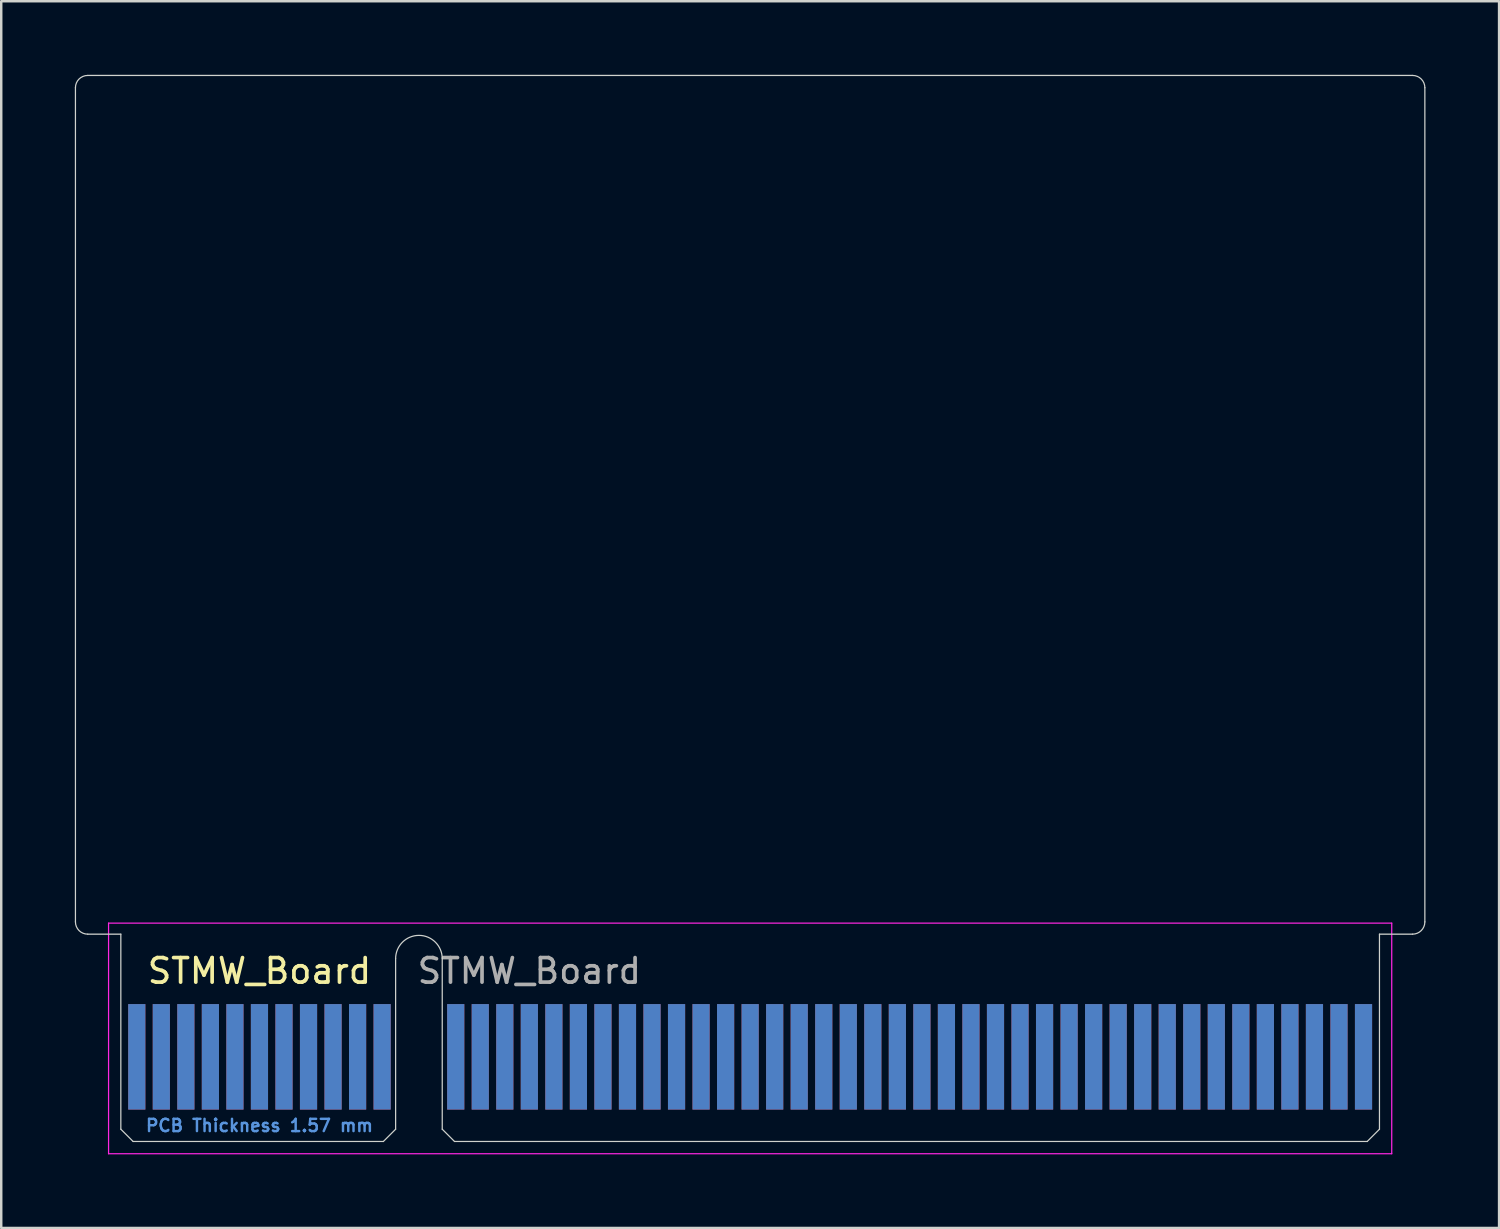
<source format=kicad_pcb>
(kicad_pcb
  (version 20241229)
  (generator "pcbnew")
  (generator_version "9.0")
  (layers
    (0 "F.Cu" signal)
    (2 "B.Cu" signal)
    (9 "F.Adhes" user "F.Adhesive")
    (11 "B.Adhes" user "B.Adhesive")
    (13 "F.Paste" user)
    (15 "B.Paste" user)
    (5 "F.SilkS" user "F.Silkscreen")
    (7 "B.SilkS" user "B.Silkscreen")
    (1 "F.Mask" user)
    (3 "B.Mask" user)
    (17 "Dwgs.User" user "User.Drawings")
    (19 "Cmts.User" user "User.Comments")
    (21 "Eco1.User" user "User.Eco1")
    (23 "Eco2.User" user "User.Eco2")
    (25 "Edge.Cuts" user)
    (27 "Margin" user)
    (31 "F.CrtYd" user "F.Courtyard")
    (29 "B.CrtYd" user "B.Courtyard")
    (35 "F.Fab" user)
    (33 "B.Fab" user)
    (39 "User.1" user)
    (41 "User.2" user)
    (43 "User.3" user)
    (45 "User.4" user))
  (footprint "STMW_Board"
    (layer "F.Cu")
    (at 2.525 40.025)
    (property "Reference" "STMW_Board" (at 5 -3.5 0) (layer "F.SilkS") (effects (font (size 1 1) (thickness 0.15))))
    (attr exclude_from_pos_files exclude_from_bom)
    (fp_line (start -2.5 -5.5) (end -2.5 -39.5) (stroke (width 0.05) (type default)) (layer "Edge.Cuts"))
    (fp_line (start -2 -40) (end 52 -40) (stroke (width 0.05) (type default)) (layer "Edge.Cuts"))
    (fp_line (start -0.65 -5) (end -2 -5) (stroke (width 0.05) (type default)) (layer "Edge.Cuts"))
    (fp_line (start -0.65 -5) (end -0.65 2.95) (stroke (width 0.05) (type solid)) (layer "Edge.Cuts"))
    (fp_line (start -0.65 2.95) (end -0.15 3.45) (stroke (width 0.05) (type solid)) (layer "Edge.Cuts"))
    (fp_line (start -0.15 3.45) (end 10.05 3.45) (stroke (width 0.05) (type solid)) (layer "Edge.Cuts"))
    (fp_line (start 10.55 -4) (end 10.55 2.95) (stroke (width 0.05) (type solid)) (layer "Edge.Cuts"))
    (fp_line (start 10.55 2.95) (end 10.05 3.45) (stroke (width 0.05) (type solid)) (layer "Edge.Cuts"))
    (fp_line (start 12.45 -4) (end 12.45 2.95) (stroke (width 0.05) (type solid)) (layer "Edge.Cuts"))
    (fp_line (start 12.45 2.95) (end 12.95 3.45) (stroke (width 0.05) (type solid)) (layer "Edge.Cuts"))
    (fp_line (start 12.95 3.45) (end 50.15 3.45) (stroke (width 0.05) (type solid)) (layer "Edge.Cuts"))
    (fp_line (start 50.65 -5) (end 50.65 2.95) (stroke (width 0.05) (type solid)) (layer "Edge.Cuts"))
    (fp_line (start 50.65 -5) (end 52 -5) (stroke (width 0.05) (type default)) (layer "Edge.Cuts"))
    (fp_line (start 50.65 2.95) (end 50.15 3.45) (stroke (width 0.05) (type solid)) (layer "Edge.Cuts"))
    (fp_line (start 52.5 -39.5) (end 52.5 -5.5) (stroke (width 0.05) (type default)) (layer "Edge.Cuts"))
    (fp_arc (start -2.5 -39.5) (mid -2.353553 -39.853553) (end -2 -40) (stroke (width 0.05) (type default)) (layer "Edge.Cuts"))
    (fp_arc (start -2 -5) (mid -2.353553 -5.146447) (end -2.5 -5.5) (stroke (width 0.05) (type default)) (layer "Edge.Cuts"))
    (fp_arc (start 10.55 -4) (mid 11.5 -4.95) (end 12.45 -4) (stroke (width 0.05) (type solid)) (layer "Edge.Cuts"))
    (fp_arc (start 52 -40) (mid 52.353553 -39.853553) (end 52.5 -39.5) (stroke (width 0.05) (type default)) (layer "Edge.Cuts"))
    (fp_arc (start 52.5 -5.5) (mid 52.353553 -5.146447) (end 52 -5) (stroke (width 0.05) (type default)) (layer "Edge.Cuts"))
    (fp_line (start -1.15 -5.45) (end -1.15 3.95) (stroke (width 0.05) (type solid)) (layer "F.CrtYd"))
    (fp_line (start -1.15 -5.45) (end 51.15 -5.45) (stroke (width 0.05) (type solid)) (layer "F.CrtYd"))
    (fp_line (start 51.15 3.95) (end -1.15 3.95) (stroke (width 0.05) (type solid)) (layer "F.CrtYd"))
    (fp_line (start 51.15 3.95) (end 51.15 -5.45) (stroke (width 0.05) (type solid)) (layer "F.CrtYd"))
    (fp_text user "PCB Thickness 1.57 mm" (at 5 2.8 180) (layer "Cmts.User") (effects (font (size 0.5 0.5) (thickness 0.1))))
    (fp_text user "${REFERENCE}" (at 16 -3.5 0) (layer "F.Fab") (effects (font (size 1 1) (thickness 0.15))))
    (pad "A1" connect rect (at 0 0) (size 0.7 4.3) (layers "B.Cu" "B.Mask"))
    (pad "A2" connect rect (at 1 0) (size 0.7 4.3) (layers "B.Cu" "B.Mask"))
    (pad "A3" connect rect (at 2 0) (size 0.7 4.3) (layers "B.Cu" "B.Mask"))
    (pad "A4" connect rect (at 3 0) (size 0.7 4.3) (layers "B.Cu" "B.Mask"))
    (pad "A5" connect rect (at 4 0) (size 0.7 4.3) (layers "B.Cu" "B.Mask"))
    (pad "A6" connect rect (at 5 0) (size 0.7 4.3) (layers "B.Cu" "B.Mask"))
    (pad "A7" connect rect (at 6 0) (size 0.7 4.3) (layers "B.Cu" "B.Mask"))
    (pad "A8" connect rect (at 7 0) (size 0.7 4.3) (layers "B.Cu" "B.Mask"))
    (pad "A9" connect rect (at 8 0) (size 0.7 4.3) (layers "B.Cu" "B.Mask"))
    (pad "A10" connect rect (at 9 0) (size 0.7 4.3) (layers "B.Cu" "B.Mask"))
    (pad "A11" connect rect (at 10 0) (size 0.7 4.3) (layers "B.Cu" "B.Mask"))
    (pad "A12" connect rect (at 13 0) (size 0.7 4.3) (layers "B.Cu" "B.Mask"))
    (pad "A13" connect rect (at 14 0) (size 0.7 4.3) (layers "B.Cu" "B.Mask"))
    (pad "A14" connect rect (at 15 0) (size 0.7 4.3) (layers "B.Cu" "B.Mask"))
    (pad "A15" connect rect (at 16 0) (size 0.7 4.3) (layers "B.Cu" "B.Mask"))
    (pad "A16" connect rect (at 17 0) (size 0.7 4.3) (layers "B.Cu" "B.Mask"))
    (pad "A17" connect rect (at 18 0) (size 0.7 4.3) (layers "B.Cu" "B.Mask"))
    (pad "A18" connect rect (at 19 0) (size 0.7 4.3) (layers "B.Cu" "B.Mask"))
    (pad "A19" connect rect (at 20 0) (size 0.7 4.3) (layers "B.Cu" "B.Mask"))
    (pad "A20" connect rect (at 21 0) (size 0.7 4.3) (layers "B.Cu" "B.Mask"))
    (pad "A21" connect rect (at 22 0) (size 0.7 4.3) (layers "B.Cu" "B.Mask"))
    (pad "A22" connect rect (at 23 0) (size 0.7 4.3) (layers "B.Cu" "B.Mask"))
    (pad "A23" connect rect (at 24 0) (size 0.7 4.3) (layers "B.Cu" "B.Mask"))
    (pad "A24" connect rect (at 25 0) (size 0.7 4.3) (layers "B.Cu" "B.Mask"))
    (pad "A25" connect rect (at 26 0) (size 0.7 4.3) (layers "B.Cu" "B.Mask"))
    (pad "A26" connect rect (at 27 0) (size 0.7 4.3) (layers "B.Cu" "B.Mask"))
    (pad "A27" connect rect (at 28 0) (size 0.7 4.3) (layers "B.Cu" "B.Mask"))
    (pad "A28" connect rect (at 29 0) (size 0.7 4.3) (layers "B.Cu" "B.Mask"))
    (pad "A29" connect rect (at 30 0) (size 0.7 4.3) (layers "B.Cu" "B.Mask"))
    (pad "A30" connect rect (at 31 0) (size 0.7 4.3) (layers "B.Cu" "B.Mask"))
    (pad "A31" connect rect (at 32 0) (size 0.7 4.3) (layers "B.Cu" "B.Mask"))
    (pad "A32" connect rect (at 33 0) (size 0.7 4.3) (layers "B.Cu" "B.Mask"))
    (pad "A33" connect rect (at 34 0) (size 0.7 4.3) (layers "B.Cu" "B.Mask"))
    (pad "A34" connect rect (at 35 0) (size 0.7 4.3) (layers "B.Cu" "B.Mask"))
    (pad "A35" connect rect (at 36 0) (size 0.7 4.3) (layers "B.Cu" "B.Mask"))
    (pad "A36" connect rect (at 37 0) (size 0.7 4.3) (layers "B.Cu" "B.Mask"))
    (pad "A37" connect rect (at 38 0) (size 0.7 4.3) (layers "B.Cu" "B.Mask"))
    (pad "A38" connect rect (at 39 0) (size 0.7 4.3) (layers "B.Cu" "B.Mask"))
    (pad "A39" connect rect (at 40 0) (size 0.7 4.3) (layers "B.Cu" "B.Mask"))
    (pad "A40" connect rect (at 41 0) (size 0.7 4.3) (layers "B.Cu" "B.Mask"))
    (pad "A41" connect rect (at 42 0) (size 0.7 4.3) (layers "B.Cu" "B.Mask"))
    (pad "A42" connect rect (at 43 0) (size 0.7 4.3) (layers "B.Cu" "B.Mask"))
    (pad "A43" connect rect (at 44 0) (size 0.7 4.3) (layers "B.Cu" "B.Mask"))
    (pad "A44" connect rect (at 45 0) (size 0.7 4.3) (layers "B.Cu" "B.Mask"))
    (pad "A45" connect rect (at 46 0) (size 0.7 4.3) (layers "B.Cu" "B.Mask"))
    (pad "A46" connect rect (at 47 0) (size 0.7 4.3) (layers "B.Cu" "B.Mask"))
    (pad "A47" connect rect (at 48 0) (size 0.7 4.3) (layers "B.Cu" "B.Mask"))
    (pad "A48" connect rect (at 49 0) (size 0.7 4.3) (layers "B.Cu" "B.Mask"))
    (pad "A49" connect rect (at 50 0) (size 0.7 4.3) (layers "B.Cu" "B.Mask"))
    (pad "B1" connect rect (at 0 0) (size 0.7 4.3) (layers "F.Cu" "F.Mask"))
    (pad "B2" connect rect (at 1 0) (size 0.7 4.3) (layers "F.Cu" "F.Mask"))
    (pad "B3" connect rect (at 2 0) (size 0.7 4.3) (layers "F.Cu" "F.Mask"))
    (pad "B4" connect rect (at 3 0) (size 0.7 4.3) (layers "F.Cu" "F.Mask"))
    (pad "B5" connect rect (at 4 0) (size 0.7 4.3) (layers "F.Cu" "F.Mask"))
    (pad "B6" connect rect (at 5 0) (size 0.7 4.3) (layers "F.Cu" "F.Mask"))
    (pad "B7" connect rect (at 6 0) (size 0.7 4.3) (layers "F.Cu" "F.Mask"))
    (pad "B8" connect rect (at 7 0) (size 0.7 4.3) (layers "F.Cu" "F.Mask"))
    (pad "B9" connect rect (at 8 0) (size 0.7 4.3) (layers "F.Cu" "F.Mask"))
    (pad "B10" connect rect (at 9 0) (size 0.7 4.3) (layers "F.Cu" "F.Mask"))
    (pad "B11" connect rect (at 10 0) (size 0.7 4.3) (layers "F.Cu" "F.Mask"))
    (pad "B12" connect rect (at 13 0) (size 0.7 4.3) (layers "F.Cu" "F.Mask"))
    (pad "B13" connect rect (at 14 0) (size 0.7 4.3) (layers "F.Cu" "F.Mask"))
    (pad "B14" connect rect (at 15 0) (size 0.7 4.3) (layers "F.Cu" "F.Mask"))
    (pad "B15" connect rect (at 16 0) (size 0.7 4.3) (layers "F.Cu" "F.Mask"))
    (pad "B16" connect rect (at 17 0) (size 0.7 4.3) (layers "F.Cu" "F.Mask"))
    (pad "B17" connect rect (at 18 0) (size 0.7 4.3) (layers "F.Cu" "F.Mask"))
    (pad "B18" connect rect (at 19 0) (size 0.7 4.3) (layers "F.Cu" "F.Mask"))
    (pad "B19" connect rect (at 20 0) (size 0.7 4.3) (layers "F.Cu" "F.Mask"))
    (pad "B20" connect rect (at 21 0) (size 0.7 4.3) (layers "F.Cu" "F.Mask"))
    (pad "B21" connect rect (at 22 0) (size 0.7 4.3) (layers "F.Cu" "F.Mask"))
    (pad "B22" connect rect (at 23 0) (size 0.7 4.3) (layers "F.Cu" "F.Mask"))
    (pad "B23" connect rect (at 24 0) (size 0.7 4.3) (layers "F.Cu" "F.Mask"))
    (pad "B24" connect rect (at 25 0) (size 0.7 4.3) (layers "F.Cu" "F.Mask"))
    (pad "B25" connect rect (at 26 0) (size 0.7 4.3) (layers "F.Cu" "F.Mask"))
    (pad "B26" connect rect (at 27 0) (size 0.7 4.3) (layers "F.Cu" "F.Mask"))
    (pad "B27" connect rect (at 28 0) (size 0.7 4.3) (layers "F.Cu" "F.Mask"))
    (pad "B28" connect rect (at 29 0) (size 0.7 4.3) (layers "F.Cu" "F.Mask"))
    (pad "B29" connect rect (at 30 0) (size 0.7 4.3) (layers "F.Cu" "F.Mask"))
    (pad "B30" connect rect (at 31 0) (size 0.7 4.3) (layers "F.Cu" "F.Mask"))
    (pad "B31" connect rect (at 32 0) (size 0.7 4.3) (layers "F.Cu" "F.Mask"))
    (pad "B32" connect rect (at 33 0) (size 0.7 4.3) (layers "F.Cu" "F.Mask"))
    (pad "B33" connect rect (at 34 0) (size 0.7 4.3) (layers "F.Cu" "F.Mask"))
    (pad "B34" connect rect (at 35 0) (size 0.7 4.3) (layers "F.Cu" "F.Mask"))
    (pad "B35" connect rect (at 36 0) (size 0.7 4.3) (layers "F.Cu" "F.Mask"))
    (pad "B36" connect rect (at 37 0) (size 0.7 4.3) (layers "F.Cu" "F.Mask"))
    (pad "B37" connect rect (at 38 0) (size 0.7 4.3) (layers "F.Cu" "F.Mask"))
    (pad "B38" connect rect (at 39 0) (size 0.7 4.3) (layers "F.Cu" "F.Mask"))
    (pad "B39" connect rect (at 40 0) (size 0.7 4.3) (layers "F.Cu" "F.Mask"))
    (pad "B40" connect rect (at 41 0) (size 0.7 4.3) (layers "F.Cu" "F.Mask"))
    (pad "B41" connect rect (at 42 0) (size 0.7 4.3) (layers "F.Cu" "F.Mask"))
    (pad "B42" connect rect (at 43 0) (size 0.7 4.3) (layers "F.Cu" "F.Mask"))
    (pad "B43" connect rect (at 44 0) (size 0.7 4.3) (layers "F.Cu" "F.Mask"))
    (pad "B44" connect rect (at 45 0) (size 0.7 4.3) (layers "F.Cu" "F.Mask"))
    (pad "B45" connect rect (at 46 0) (size 0.7 4.3) (layers "F.Cu" "F.Mask"))
    (pad "B46" connect rect (at 47 0) (size 0.7 4.3) (layers "F.Cu" "F.Mask"))
    (pad "B47" connect rect (at 48 0) (size 0.7 4.3) (layers "F.Cu" "F.Mask"))
    (pad "B48" connect rect (at 49 0) (size 0.7 4.3) (layers "F.Cu" "F.Mask"))
    (pad "B49" connect rect (at 50 0) (size 0.7 4.3) (layers "F.Cu" "F.Mask")))
  (gr_rect
    (start -3 -3)
    (end 58.05 47)
    (stroke (width 0.1) (type default))
    (fill no)
    (layer "Edge.Cuts")))
</source>
